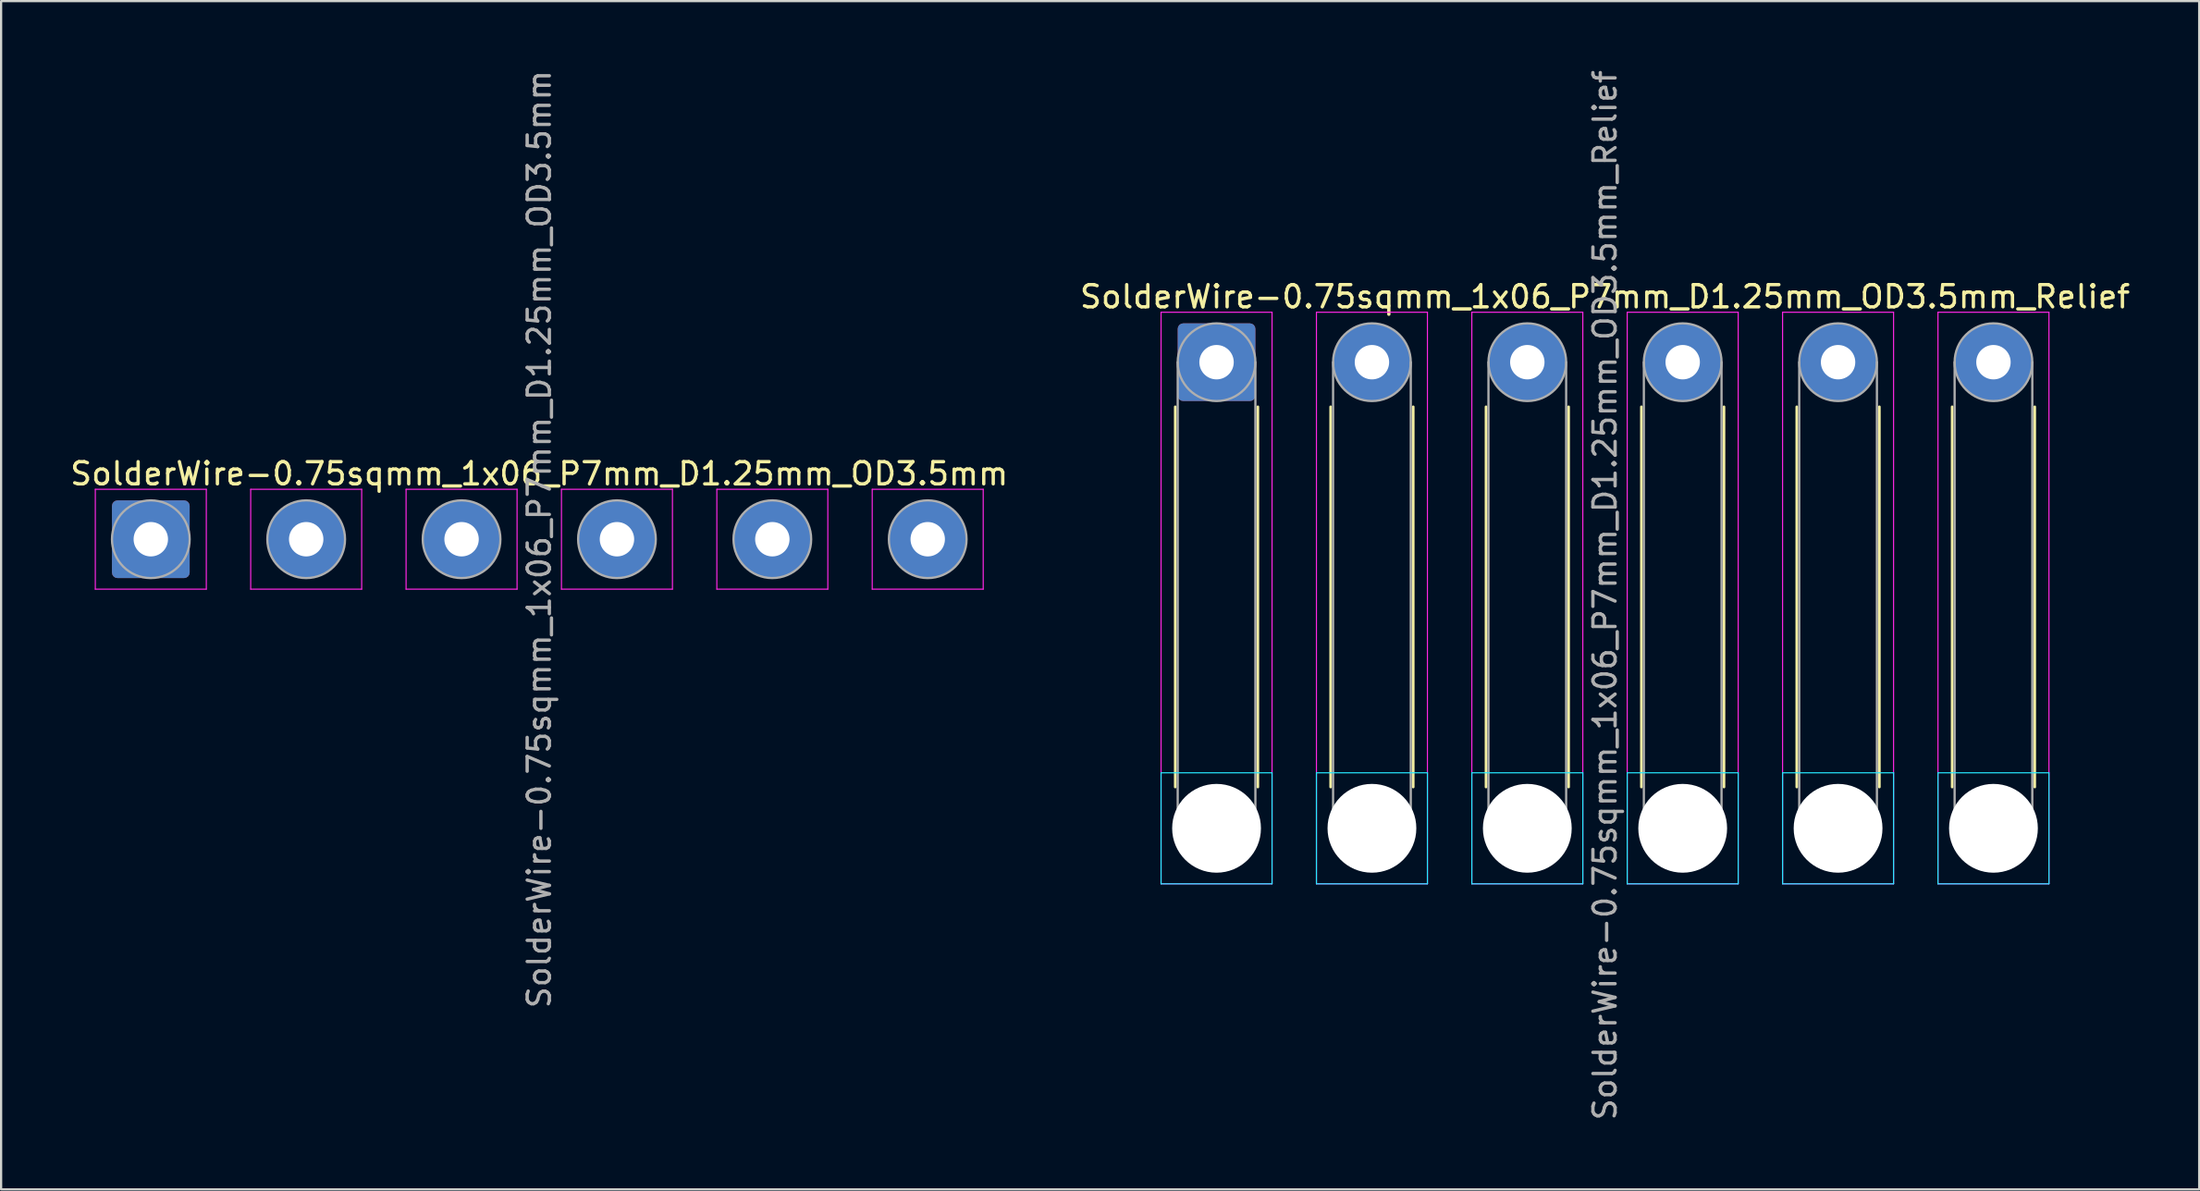
<source format=kicad_pcb>
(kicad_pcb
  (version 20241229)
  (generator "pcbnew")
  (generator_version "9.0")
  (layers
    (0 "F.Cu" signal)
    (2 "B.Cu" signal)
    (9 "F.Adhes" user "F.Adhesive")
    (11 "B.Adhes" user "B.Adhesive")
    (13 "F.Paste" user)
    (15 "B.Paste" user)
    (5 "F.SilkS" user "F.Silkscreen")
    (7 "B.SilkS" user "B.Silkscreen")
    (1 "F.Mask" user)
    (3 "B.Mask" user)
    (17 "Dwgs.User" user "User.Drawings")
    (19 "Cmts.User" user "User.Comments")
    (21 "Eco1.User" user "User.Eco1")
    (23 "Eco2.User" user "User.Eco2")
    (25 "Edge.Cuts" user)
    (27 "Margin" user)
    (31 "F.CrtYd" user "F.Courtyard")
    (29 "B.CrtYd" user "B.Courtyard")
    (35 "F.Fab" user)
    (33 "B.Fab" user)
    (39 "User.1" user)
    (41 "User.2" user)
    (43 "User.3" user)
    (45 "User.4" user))
  (footprint "SolderWire-0.75sqmm_1x06_P7mm_D1.25mm_OD3.5mm_Relief"
    (layer "F.Cu")
    (at 51.756 13.268)
    (property "Reference" "SolderWire-0.75sqmm_1x06_P7mm_D1.25mm_OD3.5mm_Relief" (at 17.5 -2.95 0) (layer "F.SilkS") (effects (font (size 1 1) (thickness 0.15))))
    (attr exclude_from_pos_files exclude_from_bom)
    (fp_line (start -1.86 2.01) (end -1.86 19.14) (stroke (width 0.12) (type solid)) (layer "F.SilkS"))
    (fp_line (start 1.86 2.01) (end 1.86 19.14) (stroke (width 0.12) (type solid)) (layer "F.SilkS"))
    (fp_line (start 5.14 2.01) (end 5.14 19.14) (stroke (width 0.12) (type solid)) (layer "F.SilkS"))
    (fp_line (start 8.86 2.01) (end 8.86 19.14) (stroke (width 0.12) (type solid)) (layer "F.SilkS"))
    (fp_line (start 12.14 2.01) (end 12.14 19.14) (stroke (width 0.12) (type solid)) (layer "F.SilkS"))
    (fp_line (start 15.86 2.01) (end 15.86 19.14) (stroke (width 0.12) (type solid)) (layer "F.SilkS"))
    (fp_line (start 19.14 2.01) (end 19.14 19.14) (stroke (width 0.12) (type solid)) (layer "F.SilkS"))
    (fp_line (start 22.86 2.01) (end 22.86 19.14) (stroke (width 0.12) (type solid)) (layer "F.SilkS"))
    (fp_line (start 26.14 2.01) (end 26.14 19.14) (stroke (width 0.12) (type solid)) (layer "F.SilkS"))
    (fp_line (start 29.86 2.01) (end 29.86 19.14) (stroke (width 0.12) (type solid)) (layer "F.SilkS"))
    (fp_line (start 33.14 2.01) (end 33.14 19.14) (stroke (width 0.12) (type solid)) (layer "F.SilkS"))
    (fp_line (start 36.86 2.01) (end 36.86 19.14) (stroke (width 0.12) (type solid)) (layer "F.SilkS"))
    (fp_line (start -2.5 18.5) (end -2.5 23.5) (stroke (width 0.05) (type solid)) (layer "B.CrtYd"))
    (fp_line (start -2.5 23.5) (end 2.5 23.5) (stroke (width 0.05) (type solid)) (layer "B.CrtYd"))
    (fp_line (start 2.5 18.5) (end -2.5 18.5) (stroke (width 0.05) (type solid)) (layer "B.CrtYd"))
    (fp_line (start 2.5 23.5) (end 2.5 18.5) (stroke (width 0.05) (type solid)) (layer "B.CrtYd"))
    (fp_line (start 4.5 18.5) (end 4.5 23.5) (stroke (width 0.05) (type solid)) (layer "B.CrtYd"))
    (fp_line (start 4.5 23.5) (end 9.5 23.5) (stroke (width 0.05) (type solid)) (layer "B.CrtYd"))
    (fp_line (start 9.5 18.5) (end 4.5 18.5) (stroke (width 0.05) (type solid)) (layer "B.CrtYd"))
    (fp_line (start 9.5 23.5) (end 9.5 18.5) (stroke (width 0.05) (type solid)) (layer "B.CrtYd"))
    (fp_line (start 11.5 18.5) (end 11.5 23.5) (stroke (width 0.05) (type solid)) (layer "B.CrtYd"))
    (fp_line (start 11.5 23.5) (end 16.5 23.5) (stroke (width 0.05) (type solid)) (layer "B.CrtYd"))
    (fp_line (start 16.5 18.5) (end 11.5 18.5) (stroke (width 0.05) (type solid)) (layer "B.CrtYd"))
    (fp_line (start 16.5 23.5) (end 16.5 18.5) (stroke (width 0.05) (type solid)) (layer "B.CrtYd"))
    (fp_line (start 18.5 18.5) (end 18.5 23.5) (stroke (width 0.05) (type solid)) (layer "B.CrtYd"))
    (fp_line (start 18.5 23.5) (end 23.5 23.5) (stroke (width 0.05) (type solid)) (layer "B.CrtYd"))
    (fp_line (start 23.5 18.5) (end 18.5 18.5) (stroke (width 0.05) (type solid)) (layer "B.CrtYd"))
    (fp_line (start 23.5 23.5) (end 23.5 18.5) (stroke (width 0.05) (type solid)) (layer "B.CrtYd"))
    (fp_line (start 25.5 18.5) (end 25.5 23.5) (stroke (width 0.05) (type solid)) (layer "B.CrtYd"))
    (fp_line (start 25.5 23.5) (end 30.5 23.5) (stroke (width 0.05) (type solid)) (layer "B.CrtYd"))
    (fp_line (start 30.5 18.5) (end 25.5 18.5) (stroke (width 0.05) (type solid)) (layer "B.CrtYd"))
    (fp_line (start 30.5 23.5) (end 30.5 18.5) (stroke (width 0.05) (type solid)) (layer "B.CrtYd"))
    (fp_line (start 32.5 18.5) (end 32.5 23.5) (stroke (width 0.05) (type solid)) (layer "B.CrtYd"))
    (fp_line (start 32.5 23.5) (end 37.5 23.5) (stroke (width 0.05) (type solid)) (layer "B.CrtYd"))
    (fp_line (start 37.5 18.5) (end 32.5 18.5) (stroke (width 0.05) (type solid)) (layer "B.CrtYd"))
    (fp_line (start 37.5 23.5) (end 37.5 18.5) (stroke (width 0.05) (type solid)) (layer "B.CrtYd"))
    (fp_line (start -2.5 -2.25) (end -2.5 23.5) (stroke (width 0.05) (type solid)) (layer "F.CrtYd"))
    (fp_line (start -2.5 23.5) (end 2.5 23.5) (stroke (width 0.05) (type solid)) (layer "F.CrtYd"))
    (fp_line (start 2.5 -2.25) (end -2.5 -2.25) (stroke (width 0.05) (type solid)) (layer "F.CrtYd"))
    (fp_line (start 2.5 23.5) (end 2.5 -2.25) (stroke (width 0.05) (type solid)) (layer "F.CrtYd"))
    (fp_line (start 4.5 -2.25) (end 4.5 23.5) (stroke (width 0.05) (type solid)) (layer "F.CrtYd"))
    (fp_line (start 4.5 23.5) (end 9.5 23.5) (stroke (width 0.05) (type solid)) (layer "F.CrtYd"))
    (fp_line (start 9.5 -2.25) (end 4.5 -2.25) (stroke (width 0.05) (type solid)) (layer "F.CrtYd"))
    (fp_line (start 9.5 23.5) (end 9.5 -2.25) (stroke (width 0.05) (type solid)) (layer "F.CrtYd"))
    (fp_line (start 11.5 -2.25) (end 11.5 23.5) (stroke (width 0.05) (type solid)) (layer "F.CrtYd"))
    (fp_line (start 11.5 23.5) (end 16.5 23.5) (stroke (width 0.05) (type solid)) (layer "F.CrtYd"))
    (fp_line (start 16.5 -2.25) (end 11.5 -2.25) (stroke (width 0.05) (type solid)) (layer "F.CrtYd"))
    (fp_line (start 16.5 23.5) (end 16.5 -2.25) (stroke (width 0.05) (type solid)) (layer "F.CrtYd"))
    (fp_line (start 18.5 -2.25) (end 18.5 23.5) (stroke (width 0.05) (type solid)) (layer "F.CrtYd"))
    (fp_line (start 18.5 23.5) (end 23.5 23.5) (stroke (width 0.05) (type solid)) (layer "F.CrtYd"))
    (fp_line (start 23.5 -2.25) (end 18.5 -2.25) (stroke (width 0.05) (type solid)) (layer "F.CrtYd"))
    (fp_line (start 23.5 23.5) (end 23.5 -2.25) (stroke (width 0.05) (type solid)) (layer "F.CrtYd"))
    (fp_line (start 25.5 -2.25) (end 25.5 23.5) (stroke (width 0.05) (type solid)) (layer "F.CrtYd"))
    (fp_line (start 25.5 23.5) (end 30.5 23.5) (stroke (width 0.05) (type solid)) (layer "F.CrtYd"))
    (fp_line (start 30.5 -2.25) (end 25.5 -2.25) (stroke (width 0.05) (type solid)) (layer "F.CrtYd"))
    (fp_line (start 30.5 23.5) (end 30.5 -2.25) (stroke (width 0.05) (type solid)) (layer "F.CrtYd"))
    (fp_line (start 32.5 -2.25) (end 32.5 23.5) (stroke (width 0.05) (type solid)) (layer "F.CrtYd"))
    (fp_line (start 32.5 23.5) (end 37.5 23.5) (stroke (width 0.05) (type solid)) (layer "F.CrtYd"))
    (fp_line (start 37.5 -2.25) (end 32.5 -2.25) (stroke (width 0.05) (type solid)) (layer "F.CrtYd"))
    (fp_line (start 37.5 23.5) (end 37.5 -2.25) (stroke (width 0.05) (type solid)) (layer "F.CrtYd"))
    (fp_line (start -1.75 0) (end -1.75 21) (stroke (width 0.1) (type solid)) (layer "F.Fab"))
    (fp_line (start 1.75 0) (end 1.75 21) (stroke (width 0.1) (type solid)) (layer "F.Fab"))
    (fp_line (start 5.25 0) (end 5.25 21) (stroke (width 0.1) (type solid)) (layer "F.Fab"))
    (fp_line (start 8.75 0) (end 8.75 21) (stroke (width 0.1) (type solid)) (layer "F.Fab"))
    (fp_line (start 12.25 0) (end 12.25 21) (stroke (width 0.1) (type solid)) (layer "F.Fab"))
    (fp_line (start 15.75 0) (end 15.75 21) (stroke (width 0.1) (type solid)) (layer "F.Fab"))
    (fp_line (start 19.25 0) (end 19.25 21) (stroke (width 0.1) (type solid)) (layer "F.Fab"))
    (fp_line (start 22.75 0) (end 22.75 21) (stroke (width 0.1) (type solid)) (layer "F.Fab"))
    (fp_line (start 26.25 0) (end 26.25 21) (stroke (width 0.1) (type solid)) (layer "F.Fab"))
    (fp_line (start 29.75 0) (end 29.75 21) (stroke (width 0.1) (type solid)) (layer "F.Fab"))
    (fp_line (start 33.25 0) (end 33.25 21) (stroke (width 0.1) (type solid)) (layer "F.Fab"))
    (fp_line (start 36.75 0) (end 36.75 21) (stroke (width 0.1) (type solid)) (layer "F.Fab"))
    (fp_circle (center 0 0) (end 1.75 0) (stroke (width 0.1) (type solid)) (fill no) (layer "F.Fab"))
    (fp_circle (center 0 21) (end 1.75 21) (stroke (width 0.1) (type solid)) (fill no) (layer "F.Fab"))
    (fp_circle (center 7 0) (end 8.75 0) (stroke (width 0.1) (type solid)) (fill no) (layer "F.Fab"))
    (fp_circle (center 7 21) (end 8.75 21) (stroke (width 0.1) (type solid)) (fill no) (layer "F.Fab"))
    (fp_circle (center 14 0) (end 15.75 0) (stroke (width 0.1) (type solid)) (fill no) (layer "F.Fab"))
    (fp_circle (center 14 21) (end 15.75 21) (stroke (width 0.1) (type solid)) (fill no) (layer "F.Fab"))
    (fp_circle (center 21 0) (end 22.75 0) (stroke (width 0.1) (type solid)) (fill no) (layer "F.Fab"))
    (fp_circle (center 21 21) (end 22.75 21) (stroke (width 0.1) (type solid)) (fill no) (layer "F.Fab"))
    (fp_circle (center 28 0) (end 29.75 0) (stroke (width 0.1) (type solid)) (fill no) (layer "F.Fab"))
    (fp_circle (center 28 21) (end 29.75 21) (stroke (width 0.1) (type solid)) (fill no) (layer "F.Fab"))
    (fp_circle (center 35 0) (end 36.75 0) (stroke (width 0.1) (type solid)) (fill no) (layer "F.Fab"))
    (fp_circle (center 35 21) (end 36.75 21) (stroke (width 0.1) (type solid)) (fill no) (layer "F.Fab"))
    (fp_text user "${REFERENCE}" (at 17.5 10.5 90) (layer "F.Fab") (effects (font (size 1 1) (thickness 0.15))))
    (pad "" np_thru_hole circle (at 0 21) (size 4 4) (drill 4) (layers "*.Cu" "*.Mask"))
    (pad "" np_thru_hole circle (at 7 21) (size 4 4) (drill 4) (layers "*.Cu" "*.Mask"))
    (pad "" np_thru_hole circle (at 14 21) (size 4 4) (drill 4) (layers "*.Cu" "*.Mask"))
    (pad "" np_thru_hole circle (at 21 21) (size 4 4) (drill 4) (layers "*.Cu" "*.Mask"))
    (pad "" np_thru_hole circle (at 28 21) (size 4 4) (drill 4) (layers "*.Cu" "*.Mask"))
    (pad "" np_thru_hole circle (at 35 21) (size 4 4) (drill 4) (layers "*.Cu" "*.Mask"))
    (pad "1" thru_hole roundrect (at 0 0) (size 3.5 3.5) (drill 1.55) (layers "*.Cu" "*.Mask") (roundrect_rratio 0.071))
    (pad "2" thru_hole circle (at 7 0) (size 3.5 3.5) (drill 1.55) (layers "*.Cu" "*.Mask"))
    (pad "3" thru_hole circle (at 14 0) (size 3.5 3.5) (drill 1.55) (layers "*.Cu" "*.Mask"))
    (pad "4" thru_hole circle (at 21 0) (size 3.5 3.5) (drill 1.55) (layers "*.Cu" "*.Mask"))
    (pad "5" thru_hole circle (at 28 0) (size 3.5 3.5) (drill 1.55) (layers "*.Cu" "*.Mask"))
    (pad "6" thru_hole circle (at 35 0) (size 3.5 3.5) (drill 1.55) (layers "*.Cu" "*.Mask")))
  (footprint "SolderWire-0.75sqmm_1x06_P7mm_D1.25mm_OD3.5mm"
    (layer "F.Cu")
    (at 3.744 21.244)
    (property "Reference" "SolderWire-0.75sqmm_1x06_P7mm_D1.25mm_OD3.5mm" (at 17.5 -2.95 0) (layer "F.SilkS") (effects (font (size 1 1) (thickness 0.15))))
    (attr exclude_from_pos_files exclude_from_bom)
    (fp_line (start -2.5 -2.25) (end -2.5 2.25) (stroke (width 0.05) (type solid)) (layer "F.CrtYd"))
    (fp_line (start -2.5 2.25) (end 2.5 2.25) (stroke (width 0.05) (type solid)) (layer "F.CrtYd"))
    (fp_line (start 2.5 -2.25) (end -2.5 -2.25) (stroke (width 0.05) (type solid)) (layer "F.CrtYd"))
    (fp_line (start 2.5 2.25) (end 2.5 -2.25) (stroke (width 0.05) (type solid)) (layer "F.CrtYd"))
    (fp_line (start 4.5 -2.25) (end 4.5 2.25) (stroke (width 0.05) (type solid)) (layer "F.CrtYd"))
    (fp_line (start 4.5 2.25) (end 9.5 2.25) (stroke (width 0.05) (type solid)) (layer "F.CrtYd"))
    (fp_line (start 9.5 -2.25) (end 4.5 -2.25) (stroke (width 0.05) (type solid)) (layer "F.CrtYd"))
    (fp_line (start 9.5 2.25) (end 9.5 -2.25) (stroke (width 0.05) (type solid)) (layer "F.CrtYd"))
    (fp_line (start 11.5 -2.25) (end 11.5 2.25) (stroke (width 0.05) (type solid)) (layer "F.CrtYd"))
    (fp_line (start 11.5 2.25) (end 16.5 2.25) (stroke (width 0.05) (type solid)) (layer "F.CrtYd"))
    (fp_line (start 16.5 -2.25) (end 11.5 -2.25) (stroke (width 0.05) (type solid)) (layer "F.CrtYd"))
    (fp_line (start 16.5 2.25) (end 16.5 -2.25) (stroke (width 0.05) (type solid)) (layer "F.CrtYd"))
    (fp_line (start 18.5 -2.25) (end 18.5 2.25) (stroke (width 0.05) (type solid)) (layer "F.CrtYd"))
    (fp_line (start 18.5 2.25) (end 23.5 2.25) (stroke (width 0.05) (type solid)) (layer "F.CrtYd"))
    (fp_line (start 23.5 -2.25) (end 18.5 -2.25) (stroke (width 0.05) (type solid)) (layer "F.CrtYd"))
    (fp_line (start 23.5 2.25) (end 23.5 -2.25) (stroke (width 0.05) (type solid)) (layer "F.CrtYd"))
    (fp_line (start 25.5 -2.25) (end 25.5 2.25) (stroke (width 0.05) (type solid)) (layer "F.CrtYd"))
    (fp_line (start 25.5 2.25) (end 30.5 2.25) (stroke (width 0.05) (type solid)) (layer "F.CrtYd"))
    (fp_line (start 30.5 -2.25) (end 25.5 -2.25) (stroke (width 0.05) (type solid)) (layer "F.CrtYd"))
    (fp_line (start 30.5 2.25) (end 30.5 -2.25) (stroke (width 0.05) (type solid)) (layer "F.CrtYd"))
    (fp_line (start 32.5 -2.25) (end 32.5 2.25) (stroke (width 0.05) (type solid)) (layer "F.CrtYd"))
    (fp_line (start 32.5 2.25) (end 37.5 2.25) (stroke (width 0.05) (type solid)) (layer "F.CrtYd"))
    (fp_line (start 37.5 -2.25) (end 32.5 -2.25) (stroke (width 0.05) (type solid)) (layer "F.CrtYd"))
    (fp_line (start 37.5 2.25) (end 37.5 -2.25) (stroke (width 0.05) (type solid)) (layer "F.CrtYd"))
    (fp_circle (center 0 0) (end 1.75 0) (stroke (width 0.1) (type solid)) (fill no) (layer "F.Fab"))
    (fp_circle (center 7 0) (end 8.75 0) (stroke (width 0.1) (type solid)) (fill no) (layer "F.Fab"))
    (fp_circle (center 14 0) (end 15.75 0) (stroke (width 0.1) (type solid)) (fill no) (layer "F.Fab"))
    (fp_circle (center 21 0) (end 22.75 0) (stroke (width 0.1) (type solid)) (fill no) (layer "F.Fab"))
    (fp_circle (center 28 0) (end 29.75 0) (stroke (width 0.1) (type solid)) (fill no) (layer "F.Fab"))
    (fp_circle (center 35 0) (end 36.75 0) (stroke (width 0.1) (type solid)) (fill no) (layer "F.Fab"))
    (fp_text user "${REFERENCE}" (at 17.5 0 90) (layer "F.Fab") (effects (font (size 1 1) (thickness 0.15))))
    (pad "1" thru_hole roundrect (at 0 0) (size 3.5 3.5) (drill 1.55) (layers "*.Cu" "*.Mask") (roundrect_rratio 0.071))
    (pad "2" thru_hole circle (at 7 0) (size 3.5 3.5) (drill 1.55) (layers "*.Cu" "*.Mask"))
    (pad "3" thru_hole circle (at 14 0) (size 3.5 3.5) (drill 1.55) (layers "*.Cu" "*.Mask"))
    (pad "4" thru_hole circle (at 21 0) (size 3.5 3.5) (drill 1.55) (layers "*.Cu" "*.Mask"))
    (pad "5" thru_hole circle (at 28 0) (size 3.5 3.5) (drill 1.55) (layers "*.Cu" "*.Mask"))
    (pad "6" thru_hole circle (at 35 0) (size 3.5 3.5) (drill 1.55) (layers "*.Cu" "*.Mask")))
  (gr_rect
    (start -3 -3)
    (end 96.024 50.536)
    (stroke (width 0.1) (type default))
    (fill no)
    (layer "Edge.Cuts")))
</source>
